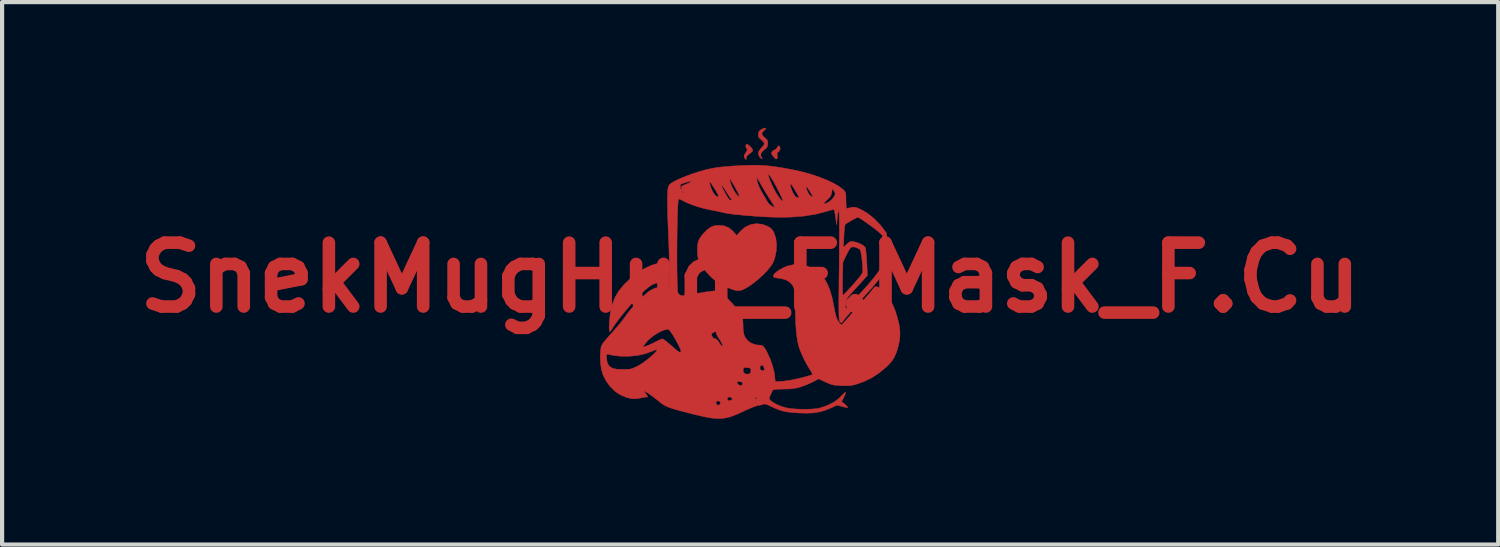
<source format=kicad_pcb>
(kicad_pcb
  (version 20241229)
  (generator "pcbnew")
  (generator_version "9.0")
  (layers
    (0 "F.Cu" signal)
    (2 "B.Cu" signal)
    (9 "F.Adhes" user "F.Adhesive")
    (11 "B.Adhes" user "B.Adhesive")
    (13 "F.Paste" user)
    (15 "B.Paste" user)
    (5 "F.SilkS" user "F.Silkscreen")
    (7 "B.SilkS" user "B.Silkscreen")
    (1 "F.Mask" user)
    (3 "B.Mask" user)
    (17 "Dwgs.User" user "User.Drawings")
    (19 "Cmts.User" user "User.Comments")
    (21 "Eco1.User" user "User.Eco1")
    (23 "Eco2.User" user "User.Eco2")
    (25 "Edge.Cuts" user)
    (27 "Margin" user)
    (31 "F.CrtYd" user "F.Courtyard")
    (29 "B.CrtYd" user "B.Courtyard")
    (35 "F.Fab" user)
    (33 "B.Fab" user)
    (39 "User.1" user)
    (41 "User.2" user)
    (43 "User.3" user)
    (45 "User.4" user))
  (footprint "SnekMugHug_F.Mask_F.Cu"
    (layer "F.Cu")
    (at 14.848 3.574)
    (property "Reference" "SnekMugHug_F.Mask_F.Cu" (at 0 0 0) (layer "F.Cu") (effects (font (size 1.524 1.524) (thickness 0.3))))
    (attr through_hole)
    (fp_poly (pts (xy 0.693 -3.142) (xy 0.712 -3.106) (xy 0.716 -3.085) (xy 0.707 -3.032) (xy 0.678 -3.006) (xy 0.648 -2.981) (xy 0.642 -2.942) (xy 0.647 -2.912) (xy 0.65 -2.853) (xy 0.633 -2.83) (xy 0.597 -2.845) (xy 0.564 -2.875) (xy 0.518 -2.939) (xy 0.512 -2.99) (xy 0.546 -3.029) (xy 0.573 -3.042) (xy 0.622 -3.072) (xy 0.65 -3.11) (xy 0.65 -3.111) (xy 0.669 -3.144) (xy 0.693 -3.142)) (stroke (width 0.01) (type solid)) (fill yes) (layer "F.Cu"))
    (fp_poly (pts (xy -0.061 -3.178) (xy -0.022 -3.149) (xy 0.019 -3.109) (xy 0.052 -3.067) (xy 0.064 -3.038) (xy 0.047 -3.007) (xy 0.014 -2.978) (xy -0.058 -2.923) (xy -0.095 -2.875) (xy -0.097 -2.844) (xy -0.091 -2.818) (xy -0.107 -2.825) (xy -0.123 -2.841) (xy -0.146 -2.881) (xy -0.137 -2.929) (xy -0.102 -2.986) (xy -0.073 -3.033) (xy -0.072 -3.063) (xy -0.081 -3.074) (xy -0.102 -3.115) (xy -0.103 -3.16) (xy -0.086 -3.184) (xy -0.061 -3.178)) (stroke (width 0.01) (type solid)) (fill yes) (layer "F.Cu"))
    (fp_poly (pts (xy -1.986 -0.191) (xy -1.983 -0.1) (xy -1.982 -0.017) (xy -1.98 0.042) (xy -1.98 0.048) (xy -1.979 0.116) (xy -2.117 0.117) (xy -2.199 0.123) (xy -2.274 0.14) (xy -2.348 0.175) (xy -2.429 0.23) (xy -2.523 0.309) (xy -2.626 0.406) (xy -2.721 0.504) (xy -2.827 0.62) (xy -2.937 0.747) (xy -3.044 0.877) (xy -3.141 1) (xy -3.22 1.109) (xy -3.267 1.179) (xy -3.305 1.238) (xy -3.337 1.278) (xy -3.353 1.291) (xy -3.36 1.271) (xy -3.363 1.216) (xy -3.362 1.134) (xy -3.359 1.064) (xy -3.336 0.839) (xy -3.293 0.646) (xy -3.226 0.475) (xy -3.134 0.319) (xy -3.012 0.17) (xy -3.011 0.168) (xy -2.854 0.017) (xy -2.687 -0.114) (xy -2.515 -0.221) (xy -2.345 -0.299) (xy -2.182 -0.347) (xy -2.055 -0.36) (xy -1.99 -0.36) (xy -1.986 -0.191)) (stroke (width 0.01) (type solid)) (fill yes) (layer "F.Cu"))
    (fp_poly (pts (xy 0.375 -3.552) (xy 0.345 -3.519) (xy 0.333 -3.51) (xy 0.288 -3.465) (xy 0.281 -3.42) (xy 0.313 -3.37) (xy 0.35 -3.337) (xy 0.398 -3.295) (xy 0.418 -3.256) (xy 0.42 -3.202) (xy 0.419 -3.189) (xy 0.409 -3.128) (xy 0.383 -3.087) (xy 0.333 -3.05) (xy 0.276 -2.997) (xy 0.252 -2.937) (xy 0.264 -2.881) (xy 0.279 -2.862) (xy 0.293 -2.84) (xy 0.281 -2.836) (xy 0.252 -2.852) (xy 0.223 -2.883) (xy 0.194 -2.947) (xy 0.202 -3.009) (xy 0.249 -3.075) (xy 0.265 -3.09) (xy 0.308 -3.14) (xy 0.335 -3.183) (xy 0.339 -3.198) (xy 0.323 -3.232) (xy 0.283 -3.275) (xy 0.263 -3.291) (xy 0.216 -3.333) (xy 0.196 -3.371) (xy 0.195 -3.423) (xy 0.195 -3.425) (xy 0.206 -3.479) (xy 0.236 -3.516) (xy 0.28 -3.543) (xy 0.338 -3.567) (xy 0.371 -3.569) (xy 0.375 -3.552)) (stroke (width 0.01) (type solid)) (fill yes) (layer "F.Cu"))
    (fp_poly (pts (xy 0.292 -1.272) (xy 0.416 -1.226) (xy 0.492 -1.178) (xy 0.544 -1.118) (xy 0.568 -1.074) (xy 0.612 -0.946) (xy 0.63 -0.796) (xy 0.622 -0.635) (xy 0.59 -0.475) (xy 0.551 -0.368) (xy 0.502 -0.285) (xy 0.424 -0.187) (xy 0.324 -0.082) (xy 0.211 0.023) (xy 0.091 0.121) (xy -0.027 0.206) (xy -0.131 0.267) (xy -0.202 0.298) (xy -0.264 0.312) (xy -0.33 0.309) (xy -0.411 0.287) (xy -0.517 0.246) (xy -0.529 0.241) (xy -0.624 0.197) (xy -0.718 0.148) (xy -0.793 0.103) (xy -0.808 0.092) (xy -0.929 -0.011) (xy -1.045 -0.135) (xy -1.143 -0.266) (xy -1.191 -0.347) (xy -1.225 -0.418) (xy -1.245 -0.479) (xy -1.255 -0.546) (xy -1.258 -0.636) (xy -1.258 -0.656) (xy -1.255 -0.77) (xy -1.239 -0.857) (xy -1.207 -0.932) (xy -1.151 -1.01) (xy -1.116 -1.051) (xy -1.023 -1.147) (xy -0.936 -1.208) (xy -0.847 -1.24) (xy -0.758 -1.249) (xy -0.624 -1.236) (xy -0.515 -1.194) (xy -0.421 -1.119) (xy -0.399 -1.095) (xy -0.321 -1.006) (xy -0.236 -1.103) (xy -0.122 -1.203) (xy 0.008 -1.265) (xy 0.148 -1.288) (xy 0.292 -1.272)) (stroke (width 0.01) (type solid)) (fill yes) (layer "F.Cu"))
    (fp_poly (pts (xy 0.222 -2.681) (xy 0.363 -2.673) (xy 0.509 -2.658) (xy 0.668 -2.636) (xy 0.851 -2.605) (xy 1.035 -2.57) (xy 1.239 -2.525) (xy 1.442 -2.469) (xy 1.637 -2.404) (xy 1.818 -2.333) (xy 1.978 -2.259) (xy 2.11 -2.184) (xy 2.208 -2.111) (xy 2.214 -2.106) (xy 2.248 -2.072) (xy 2.269 -2.043) (xy 2.28 -2.006) (xy 2.285 -1.951) (xy 2.286 -1.867) (xy 2.286 -1.844) (xy 2.288 -1.76) (xy 2.292 -1.694) (xy 2.298 -1.657) (xy 2.302 -1.652) (xy 2.331 -1.656) (xy 2.384 -1.667) (xy 2.408 -1.673) (xy 2.458 -1.682) (xy 2.502 -1.68) (xy 2.553 -1.666) (xy 2.624 -1.635) (xy 2.652 -1.622) (xy 2.803 -1.533) (xy 2.953 -1.413) (xy 3.094 -1.269) (xy 3.16 -1.186) (xy 3.255 -1.061) (xy 3.27 -0.806) (xy 3.275 -0.685) (xy 3.276 -0.56) (xy 3.274 -0.446) (xy 3.27 -0.382) (xy 3.263 -0.305) (xy 3.252 -0.248) (xy 3.234 -0.198) (xy 3.203 -0.143) (xy 3.155 -0.072) (xy 3.122 -0.025) (xy 3.052 0.066) (xy 2.964 0.174) (xy 2.87 0.283) (xy 2.79 0.372) (xy 2.706 0.462) (xy 2.624 0.553) (xy 2.552 0.635) (xy 2.5 0.697) (xy 2.498 0.699) (xy 2.434 0.777) (xy 2.365 0.858) (xy 2.319 0.911) (xy 2.268 0.97) (xy 2.228 1.022) (xy 2.21 1.049) (xy 2.188 1.077) (xy 2.163 1.07) (xy 2.148 1.058) (xy 2.14 1.05) (xy 2.134 1.038) (xy 2.128 1.017) (xy 2.124 0.987) (xy 2.121 0.942) (xy 2.118 0.88) (xy 2.117 0.798) (xy 2.116 0.692) (xy 2.116 0.56) (xy 2.117 0.398) (xy 2.119 0.203) (xy 2.119 0.172) (xy 2.203 0.172) (xy 2.204 0.286) (xy 2.207 0.368) (xy 2.212 0.412) (xy 2.217 0.42) (xy 2.238 0.403) (xy 2.28 0.359) (xy 2.341 0.294) (xy 2.413 0.214) (xy 2.463 0.159) (xy 2.551 0.057) (xy 2.614 -0.019) (xy 2.655 -0.075) (xy 2.678 -0.117) (xy 2.687 -0.15) (xy 2.687 -0.159) (xy 2.684 -0.248) (xy 2.676 -0.348) (xy 2.666 -0.449) (xy 2.653 -0.542) (xy 2.64 -0.615) (xy 2.628 -0.66) (xy 2.624 -0.667) (xy 2.588 -0.693) (xy 2.531 -0.718) (xy 2.517 -0.723) (xy 2.466 -0.734) (xy 2.427 -0.731) (xy 2.392 -0.707) (xy 2.356 -0.656) (xy 2.313 -0.574) (xy 2.291 -0.532) (xy 2.213 -0.37) (xy 2.205 0.029) (xy 2.203 0.172) (xy 2.119 0.172) (xy 2.121 -0.027) (xy 2.124 -0.291) (xy 2.127 -0.594) (xy 2.127 -0.72) (xy 2.225 -0.72) (xy 2.303 -0.796) (xy 2.356 -0.842) (xy 2.397 -0.862) (xy 2.445 -0.863) (xy 2.455 -0.861) (xy 2.541 -0.841) (xy 2.625 -0.809) (xy 2.696 -0.769) (xy 2.741 -0.729) (xy 2.749 -0.715) (xy 2.757 -0.677) (xy 2.765 -0.606) (xy 2.773 -0.511) (xy 2.78 -0.4) (xy 2.783 -0.36) (xy 2.798 -0.053) (xy 2.675 0.085) (xy 2.598 0.17) (xy 2.51 0.267) (xy 2.429 0.355) (xy 2.422 0.362) (xy 2.358 0.434) (xy 2.317 0.488) (xy 2.295 0.535) (xy 2.283 0.586) (xy 2.28 0.606) (xy 2.276 0.67) (xy 2.278 0.717) (xy 2.281 0.729) (xy 2.299 0.724) (xy 2.336 0.692) (xy 2.384 0.641) (xy 2.39 0.634) (xy 2.443 0.574) (xy 2.515 0.493) (xy 2.599 0.403) (xy 2.683 0.313) (xy 2.688 0.307) (xy 2.779 0.209) (xy 2.872 0.1) (xy 2.959 -0.005) (xy 3.022 -0.088) (xy 3.154 -0.271) (xy 3.154 -1.008) (xy 3.085 -1.073) (xy 3.036 -1.116) (xy 2.968 -1.17) (xy 2.887 -1.23) (xy 2.802 -1.292) (xy 2.721 -1.349) (xy 2.65 -1.396) (xy 2.598 -1.428) (xy 2.572 -1.439) (xy 2.543 -1.429) (xy 2.489 -1.403) (xy 2.421 -1.366) (xy 2.349 -1.324) (xy 2.286 -1.285) (xy 2.272 -1.276) (xy 2.261 -1.247) (xy 2.251 -1.182) (xy 2.242 -1.084) (xy 2.237 -0.99) (xy 2.225 -0.72) (xy 2.127 -0.72) (xy 2.128 -0.856) (xy 2.129 -1.078) (xy 2.128 -1.259) (xy 2.126 -1.402) (xy 2.123 -1.507) (xy 2.119 -1.575) (xy 2.113 -1.606) (xy 2.106 -1.603) (xy 2.098 -1.565) (xy 2.088 -1.493) (xy 2.081 -1.434) (xy 2.063 -1.259) (xy 2.039 -1.435) (xy 2.027 -1.517) (xy 2.015 -1.582) (xy 2.005 -1.619) (xy 2.003 -1.624) (xy 1.979 -1.623) (xy 1.925 -1.611) (xy 1.851 -1.59) (xy 1.826 -1.582) (xy 1.573 -1.515) (xy 1.288 -1.469) (xy 0.97 -1.444) (xy 0.73 -1.439) (xy 0.596 -1.442) (xy 0.44 -1.447) (xy 0.27 -1.456) (xy 0.095 -1.468) (xy -0.078 -1.481) (xy -0.241 -1.496) (xy -0.387 -1.511) (xy -0.507 -1.527) (xy -0.593 -1.542) (xy -0.603 -1.544) (xy -0.71 -1.568) (xy -0.834 -1.594) (xy -0.949 -1.616) (xy -0.958 -1.618) (xy -1.098 -1.649) (xy -1.247 -1.691) (xy -1.391 -1.74) (xy -1.517 -1.791) (xy -1.605 -1.835) (xy -1.659 -1.863) (xy -1.698 -1.877) (xy -1.707 -1.877) (xy -1.715 -1.849) (xy -1.721 -1.784) (xy -1.727 -1.686) (xy -1.732 -1.561) (xy -1.736 -1.413) (xy -1.74 -1.247) (xy -1.743 -1.067) (xy -1.745 -0.88) (xy -1.746 -0.69) (xy -1.747 -0.501) (xy -1.746 -0.318) (xy -1.745 -0.147) (xy -1.742 0.007) (xy -1.739 0.141) (xy -1.734 0.248) (xy -1.729 0.325) (xy -1.723 0.363) (xy -1.69 0.408) (xy -1.624 0.431) (xy -1.528 0.43) (xy -1.445 0.415) (xy -1.327 0.39) (xy -1.2 0.365) (xy -1.076 0.344) (xy -0.964 0.328) (xy -0.877 0.319) (xy -0.841 0.318) (xy -0.772 0.329) (xy -0.695 0.367) (xy -0.657 0.393) (xy -0.6 0.44) (xy -0.529 0.509) (xy -0.45 0.592) (xy -0.371 0.68) (xy -0.298 0.767) (xy -0.239 0.843) (xy -0.2 0.902) (xy -0.19 0.922) (xy -0.18 0.968) (xy -0.173 1.043) (xy -0.169 1.131) (xy -0.169 1.15) (xy -0.166 1.252) (xy -0.156 1.327) (xy -0.135 1.39) (xy -0.122 1.419) (xy -0.055 1.507) (xy 0.04 1.571) (xy 0.152 1.605) (xy 0.202 1.609) (xy 0.258 1.613) (xy 0.301 1.631) (xy 0.339 1.669) (xy 0.38 1.734) (xy 0.413 1.799) (xy 0.483 1.956) (xy 0.539 2.119) (xy 0.576 2.272) (xy 0.586 2.347) (xy 0.599 2.482) (xy 0.792 2.47) (xy 0.897 2.457) (xy 1.029 2.434) (xy 1.172 2.403) (xy 1.315 2.367) (xy 1.441 2.33) (xy 1.477 2.317) (xy 1.484 2.299) (xy 1.465 2.254) (xy 1.422 2.186) (xy 1.346 2.061) (xy 1.272 1.917) (xy 1.207 1.771) (xy 1.159 1.64) (xy 1.156 1.629) (xy 1.126 1.489) (xy 1.102 1.31) (xy 1.087 1.093) (xy 1.079 0.841) (xy 1.079 0.762) (xy 1.077 0.595) (xy 1.073 0.465) (xy 1.066 0.365) (xy 1.054 0.289) (xy 1.037 0.232) (xy 1.013 0.186) (xy 0.982 0.147) (xy 0.972 0.136) (xy 0.914 0.086) (xy 0.845 0.051) (xy 0.755 0.026) (xy 0.65 0.01) (xy 0.588 -0.000215) (xy 0.56 -0.014) (xy 0.553 -0.038) (xy 0.554 -0.049) (xy 0.578 -0.091) (xy 0.634 -0.141) (xy 0.713 -0.194) (xy 0.807 -0.244) (xy 0.879 -0.274) (xy 1.039 -0.312) (xy 1.205 -0.311) (xy 1.37 -0.272) (xy 1.527 -0.198) (xy 1.597 -0.149) (xy 1.697 -0.06) (xy 1.781 0.043) (xy 1.85 0.165) (xy 1.908 0.312) (xy 1.958 0.489) (xy 2 0.699) (xy 2.019 0.795) (xy 2.04 0.885) (xy 2.059 0.953) (xy 2.067 0.973) (xy 2.101 1.04) (xy 2.14 1.093) (xy 2.174 1.12) (xy 2.182 1.122) (xy 2.202 1.107) (xy 2.242 1.065) (xy 2.297 1.004) (xy 2.353 0.938) (xy 2.431 0.847) (xy 2.525 0.739) (xy 2.622 0.628) (xy 2.703 0.538) (xy 2.777 0.453) (xy 2.844 0.376) (xy 2.897 0.312) (xy 2.929 0.271) (xy 2.932 0.266) (xy 2.97 0.225) (xy 3.011 0.213) (xy 3.062 0.231) (xy 3.127 0.283) (xy 3.2 0.357) (xy 3.285 0.456) (xy 3.353 0.554) (xy 3.409 0.662) (xy 3.461 0.79) (xy 3.512 0.95) (xy 3.512 0.951) (xy 3.558 1.139) (xy 3.576 1.31) (xy 3.567 1.476) (xy 3.534 1.639) (xy 3.487 1.791) (xy 3.432 1.913) (xy 3.363 2.015) (xy 3.273 2.111) (xy 3.266 2.117) (xy 3.082 2.271) (xy 2.899 2.391) (xy 2.707 2.483) (xy 2.543 2.54) (xy 2.46 2.563) (xy 2.384 2.576) (xy 2.301 2.58) (xy 2.193 2.578) (xy 2.174 2.577) (xy 2.068 2.571) (xy 1.99 2.561) (xy 1.924 2.545) (xy 1.854 2.517) (xy 1.797 2.491) (xy 1.635 2.414) (xy 1.521 2.476) (xy 1.444 2.513) (xy 1.346 2.555) (xy 1.247 2.592) (xy 1.238 2.595) (xy 1.156 2.622) (xy 1.082 2.639) (xy 1.003 2.65) (xy 0.905 2.656) (xy 0.805 2.658) (xy 0.688 2.661) (xy 0.607 2.667) (xy 0.559 2.675) (xy 0.536 2.686) (xy 0.533 2.691) (xy 0.519 2.727) (xy 0.493 2.782) (xy 0.484 2.802) (xy 0.459 2.854) (xy 0.454 2.886) (xy 0.468 2.911) (xy 0.481 2.926) (xy 0.54 2.974) (xy 0.63 3.023) (xy 0.738 3.069) (xy 0.85 3.103) (xy 0.945 3.121) (xy 1.068 3.133) (xy 1.206 3.139) (xy 1.348 3.14) (xy 1.481 3.135) (xy 1.592 3.125) (xy 1.651 3.114) (xy 1.835 3.053) (xy 1.995 2.973) (xy 2.124 2.877) (xy 2.165 2.836) (xy 2.215 2.783) (xy 2.255 2.747) (xy 2.276 2.735) (xy 2.277 2.736) (xy 2.275 2.759) (xy 2.257 2.808) (xy 2.236 2.853) (xy 2.182 2.958) (xy 2.261 3.022) (xy 2.304 3.061) (xy 2.326 3.09) (xy 2.327 3.098) (xy 2.302 3.099) (xy 2.249 3.09) (xy 2.194 3.076) (xy 2.074 3.042) (xy 1.928 3.109) (xy 1.788 3.166) (xy 1.65 3.205) (xy 1.504 3.227) (xy 1.338 3.234) (xy 1.185 3.23) (xy 1.02 3.22) (xy 0.885 3.204) (xy 0.769 3.18) (xy 0.661 3.145) (xy 0.548 3.096) (xy 0.511 3.078) (xy 0.43 3.04) (xy 0.375 3.02) (xy 0.338 3.015) (xy 0.306 3.024) (xy 0.304 3.025) (xy 0.24 3.043) (xy 0.195 3.048) (xy 0.157 3.057) (xy 0.088 3.081) (xy -0.001 3.118) (xy -0.104 3.163) (xy -0.148 3.184) (xy -0.289 3.249) (xy -0.412 3.299) (xy -0.524 3.335) (xy -0.631 3.356) (xy -0.74 3.364) (xy -0.859 3.358) (xy -0.994 3.339) (xy -1.153 3.306) (xy -1.342 3.261) (xy -1.431 3.239) (xy -1.606 3.194) (xy -1.747 3.156) (xy -1.857 3.123) (xy -1.945 3.093) (xy -2.014 3.063) (xy -2.072 3.031) (xy -2.124 2.994) (xy -2.161 2.964) (xy -0.815 2.964) (xy -0.814 2.996) (xy -0.793 3.03) (xy -0.763 3.048) (xy -0.762 3.048) (xy -0.737 3.034) (xy -0.72 3.017) (xy -0.706 2.977) (xy -0.727 2.949) (xy -0.762 2.942) (xy -0.802 2.953) (xy -0.815 2.964) (xy -2.161 2.964) (xy -2.177 2.951) (xy -2.18 2.948) (xy -2.248 2.893) (xy -2.272 2.875) (xy -0.546 2.875) (xy -0.543 2.91) (xy -0.515 2.935) (xy -0.473 2.937) (xy -0.438 2.917) (xy -0.428 2.897) (xy -0.435 2.879) (xy 0.116 2.879) (xy 0.117 2.898) (xy 0.125 2.9) (xy 0.154 2.884) (xy 0.159 2.879) (xy 0.158 2.859) (xy 0.151 2.857) (xy 0.121 2.873) (xy 0.116 2.879) (xy -0.435 2.879) (xy -0.44 2.865) (xy -0.47 2.85) (xy -0.521 2.849) (xy -0.546 2.875) (xy -2.272 2.875) (xy -2.333 2.829) (xy -2.413 2.772) (xy -2.48 2.729) (xy -2.516 2.708) (xy -2.526 2.71) (xy -2.514 2.732) (xy -2.469 2.797) (xy -2.446 2.838) (xy -2.446 2.852) (xy -2.451 2.85) (xy -2.481 2.848) (xy -2.539 2.856) (xy -2.612 2.872) (xy -2.613 2.872) (xy -2.727 2.891) (xy -2.835 2.887) (xy -2.949 2.859) (xy -3.079 2.804) (xy -3.107 2.79) (xy -3.226 2.711) (xy -3.339 2.599) (xy -3.408 2.503) (xy -0.315 2.503) (xy -0.291 2.542) (xy -0.283 2.55) (xy -0.239 2.576) (xy -0.201 2.571) (xy -0.181 2.538) (xy -0.18 2.529) (xy -0.191 2.498) (xy -0.231 2.483) (xy -0.249 2.48) (xy -0.301 2.483) (xy -0.315 2.503) (xy -3.408 2.503) (xy -3.437 2.463) (xy -3.511 2.318) (xy -3.543 2.209) (xy -0.169 2.209) (xy -0.153 2.269) (xy -0.107 2.3) (xy -0.053 2.303) (xy -0.008 2.292) (xy 0.012 2.262) (xy 0.017 2.229) (xy 0.017 2.183) (xy -0.001 2.16) (xy -0.005 2.159) (xy 0.234 2.159) (xy 0.246 2.198) (xy 0.259 2.208) (xy 0.312 2.22) (xy 0.337 2.202) (xy 0.339 2.189) (xy 0.328 2.137) (xy 0.301 2.098) (xy 0.269 2.087) (xy 0.264 2.088) (xy 0.24 2.116) (xy 0.234 2.159) (xy -0.005 2.159) (xy -0.05 2.148) (xy -0.119 2.142) (xy -0.157 2.159) (xy -0.169 2.203) (xy -0.169 2.209) (xy -3.543 2.209) (xy -3.548 2.195) (xy -3.57 2.046) (xy -3.577 1.888) (xy -3.428 1.888) (xy -3.428 1.897) (xy -3.42 1.974) (xy -3.402 2.049) (xy -3.401 2.052) (xy -3.357 2.117) (xy -3.276 2.164) (xy -3.161 2.19) (xy -3.013 2.196) (xy -3.004 2.196) (xy -2.916 2.191) (xy -2.846 2.178) (xy -2.775 2.153) (xy -2.687 2.112) (xy -2.676 2.106) (xy -2.602 2.063) (xy -2.52 2.006) (xy -2.435 1.941) (xy -2.356 1.874) (xy -2.289 1.811) (xy -2.242 1.759) (xy -2.223 1.723) (xy -2.223 1.721) (xy -2.24 1.719) (xy -2.285 1.733) (xy -2.344 1.758) (xy -2.508 1.818) (xy -2.697 1.858) (xy -2.898 1.877) (xy -3.1 1.875) (xy -3.29 1.851) (xy -3.381 1.829) (xy -3.412 1.824) (xy -3.425 1.84) (xy -3.428 1.888) (xy -3.577 1.888) (xy -3.577 1.886) (xy -3.568 1.728) (xy -3.567 1.724) (xy -3.556 1.657) (xy -3.556 1.657) (xy -2.565 1.657) (xy -2.505 1.642) (xy -2.458 1.626) (xy -2.388 1.596) (xy -2.306 1.557) (xy -2.282 1.544) (xy -2.205 1.506) (xy -2.142 1.477) (xy -2.102 1.462) (xy -2.095 1.46) (xy -2.07 1.471) (xy -2.025 1.503) (xy -1.955 1.559) (xy -1.859 1.641) (xy -1.771 1.718) (xy -1.709 1.767) (xy -1.67 1.783) (xy -1.653 1.766) (xy -1.652 1.75) (xy -1.663 1.71) (xy -1.691 1.645) (xy -1.732 1.564) (xy -1.781 1.476) (xy -1.831 1.391) (xy -1.879 1.317) (xy -1.897 1.293) (xy -0.935 1.293) (xy -0.923 1.359) (xy -0.911 1.392) (xy -0.885 1.436) (xy -0.861 1.453) (xy -0.857 1.453) (xy -0.817 1.459) (xy -0.772 1.5) (xy -0.733 1.561) (xy -0.704 1.605) (xy -0.676 1.63) (xy -0.658 1.629) (xy -0.656 1.618) (xy -0.667 1.588) (xy -0.692 1.537) (xy -0.726 1.479) (xy -0.759 1.429) (xy -0.764 1.421) (xy -0.796 1.364) (xy -0.817 1.3) (xy -0.831 1.252) (xy -0.847 1.228) (xy -0.849 1.228) (xy -0.866 1.21) (xy -0.868 1.196) (xy -0.884 1.168) (xy -0.898 1.164) (xy -0.921 1.183) (xy -0.934 1.23) (xy -0.935 1.293) (xy -1.897 1.293) (xy -1.918 1.263) (xy -1.944 1.238) (xy -1.945 1.238) (xy -2.001 1.236) (xy -2.078 1.258) (xy -2.17 1.301) (xy -2.266 1.358) (xy -2.359 1.426) (xy -2.44 1.499) (xy -2.487 1.553) (xy -2.565 1.657) (xy -3.556 1.657) (xy -3.535 1.603) (xy -3.499 1.547) (xy -3.443 1.481) (xy -3.379 1.407) (xy -3.299 1.318) (xy -3.219 1.226) (xy -3.188 1.192) (xy -3.114 1.103) (xy -3.038 1.007) (xy -2.973 0.92) (xy -2.952 0.889) (xy -2.884 0.798) (xy -2.794 0.693) (xy -2.692 0.582) (xy -2.585 0.476) (xy -2.484 0.384) (xy -2.397 0.315) (xy -2.384 0.306) (xy -2.266 0.248) (xy -2.145 0.232) (xy -2.02 0.258) (xy -2.003 0.265) (xy -1.926 0.297) (xy -1.926 -0.1) (xy -1.928 -0.254) (xy -1.931 -0.435) (xy -1.935 -0.626) (xy -1.941 -0.812) (xy -1.947 -0.953) (xy -1.959 -1.241) (xy -1.968 -1.488) (xy -1.972 -1.696) (xy -1.974 -1.866) (xy -1.971 -1.999) (xy -1.967 -2.068) (xy -1.626 -2.068) (xy -1.621 -2.056) (xy -1.6 -2.034) (xy -1.588 -2.038) (xy -1.587 -2.041) (xy -1.603 -2.059) (xy -1.612 -2.066) (xy -1.626 -2.068) (xy -1.967 -2.068) (xy -1.965 -2.096) (xy -1.955 -2.159) (xy -1.949 -2.176) (xy -1.939 -2.194) (xy -1.667 -2.194) (xy -1.664 -2.151) (xy -1.653 -2.111) (xy -1.639 -2.095) (xy -1.635 -2.112) (xy -1.64 -2.138) (xy -1.641 -2.172) (xy -1.609 -2.197) (xy -1.594 -2.203) (xy -1.494 -2.244) (xy -1.434 -2.272) (xy -0.97 -2.272) (xy -0.959 -2.224) (xy -0.95 -2.191) (xy -0.921 -2.107) (xy -0.883 -2.033) (xy -0.841 -1.974) (xy -0.801 -1.938) (xy -0.768 -1.931) (xy -0.754 -1.943) (xy -0.761 -1.966) (xy -0.786 -2.017) (xy -0.826 -2.086) (xy -0.859 -2.138) (xy -0.905 -2.21) (xy -0.695 -2.21) (xy -0.681 -2.176) (xy -0.647 -2.11) (xy -0.633 -2.085) (xy -0.589 -2.005) (xy -0.549 -1.936) (xy -0.519 -1.889) (xy -0.512 -1.879) (xy -0.476 -1.847) (xy -0.451 -1.845) (xy -0.445 -1.861) (xy -0.46 -1.89) (xy -0.464 -1.893) (xy -0.484 -1.917) (xy -0.517 -1.966) (xy -0.548 -2.016) (xy -0.594 -2.089) (xy -0.642 -2.158) (xy -0.668 -2.191) (xy -0.69 -2.214) (xy -0.695 -2.21) (xy -0.905 -2.21) (xy -0.914 -2.223) (xy -0.949 -2.272) (xy -0.967 -2.288) (xy -0.97 -2.272) (xy -1.434 -2.272) (xy -1.431 -2.273) (xy -1.403 -2.291) (xy -1.401 -2.297) (xy -1.426 -2.297) (xy -1.476 -2.287) (xy -1.538 -2.269) (xy -1.599 -2.25) (xy -1.645 -2.231) (xy -1.659 -2.222) (xy -1.667 -2.194) (xy -1.939 -2.194) (xy -1.927 -2.215) (xy -1.89 -2.249) (xy -1.831 -2.286) (xy -1.749 -2.328) (xy -1.706 -2.347) (xy -0.489 -2.347) (xy -0.48 -2.304) (xy -0.461 -2.238) (xy -0.459 -2.231) (xy -0.432 -2.163) (xy -0.395 -2.093) (xy -0.355 -2.027) (xy -0.315 -1.975) (xy -0.283 -1.942) (xy -0.262 -1.937) (xy -0.259 -1.943) (xy -0.266 -1.969) (xy -0.29 -2.024) (xy -0.327 -2.097) (xy -0.36 -2.157) (xy -0.406 -2.237) (xy -0.447 -2.304) (xy -0.475 -2.347) (xy -0.486 -2.36) (xy -0.489 -2.347) (xy -1.706 -2.347) (xy -1.651 -2.372) (xy -1.602 -2.392) (xy 0.16 -2.392) (xy 0.16 -2.373) (xy 0.165 -2.326) (xy 0.169 -2.298) (xy 0.187 -2.234) (xy 0.223 -2.148) (xy 0.271 -2.054) (xy 0.286 -2.028) (xy 0.335 -1.944) (xy 0.379 -1.868) (xy 0.412 -1.811) (xy 0.422 -1.794) (xy 0.452 -1.758) (xy 0.497 -1.721) (xy 0.543 -1.691) (xy 0.578 -1.678) (xy 0.587 -1.68) (xy 0.578 -1.699) (xy 0.551 -1.745) (xy 0.538 -1.766) (xy 1.757 -1.766) (xy 1.772 -1.76) (xy 1.821 -1.778) (xy 1.873 -1.805) (xy 1.937 -1.853) (xy 1.989 -1.913) (xy 1.999 -1.929) (xy 2.024 -1.98) (xy 2.029 -2.012) (xy 2.013 -2.046) (xy 2 -2.067) (xy 1.959 -2.127) (xy 1.946 -2.033) (xy 1.933 -1.974) (xy 1.906 -1.926) (xy 1.857 -1.874) (xy 1.829 -1.849) (xy 1.775 -1.796) (xy 1.757 -1.766) (xy 0.538 -1.766) (xy 0.51 -1.811) (xy 0.481 -1.855) (xy 0.417 -1.956) (xy 0.346 -2.072) (xy 0.281 -2.183) (xy 0.267 -2.208) (xy 0.223 -2.285) (xy 0.188 -2.347) (xy 0.165 -2.384) (xy 0.16 -2.392) (xy -1.602 -2.392) (xy -1.531 -2.421) (xy -1.41 -2.466) (xy -1.398 -2.47) (xy 0.431 -2.47) (xy 0.432 -2.444) (xy 0.448 -2.389) (xy 0.477 -2.312) (xy 0.516 -2.222) (xy 0.561 -2.128) (xy 0.562 -2.125) (xy 0.611 -2.035) (xy 0.663 -1.952) (xy 0.713 -1.883) (xy 0.755 -1.837) (xy 0.783 -1.82) (xy 0.781 -1.838) (xy 0.763 -1.886) (xy 0.732 -1.956) (xy 0.693 -2.037) (xy 0.64 -2.142) (xy 0.6 -2.216) (xy 0.956 -2.216) (xy 0.964 -2.175) (xy 0.981 -2.121) (xy 1.005 -2.06) (xy 1.035 -2.002) (xy 1.066 -1.953) (xy 1.075 -1.942) (xy 1.108 -1.917) (xy 1.142 -1.904) (xy 1.163 -1.909) (xy 1.164 -1.914) (xy 1.154 -1.939) (xy 1.127 -1.989) (xy 1.091 -2.052) (xy 1.051 -2.118) (xy 1.036 -2.144) (xy 1.337 -2.144) (xy 1.352 -2.094) (xy 1.377 -2.037) (xy 1.407 -1.987) (xy 1.424 -1.967) (xy 1.468 -1.933) (xy 1.49 -1.93) (xy 1.486 -1.955) (xy 1.471 -1.983) (xy 1.434 -2.041) (xy 1.394 -2.106) (xy 1.392 -2.11) (xy 1.363 -2.153) (xy 1.343 -2.172) (xy 1.339 -2.172) (xy 1.337 -2.144) (xy 1.036 -2.144) (xy 1.015 -2.176) (xy 0.988 -2.215) (xy 0.982 -2.222) (xy 0.962 -2.234) (xy 0.956 -2.216) (xy 0.6 -2.216) (xy 0.586 -2.242) (xy 0.534 -2.331) (xy 0.489 -2.403) (xy 0.454 -2.452) (xy 0.433 -2.471) (xy 0.431 -2.47) (xy -1.398 -2.47) (xy -1.355 -2.485) (xy -1.201 -2.534) (xy -1.062 -2.573) (xy -0.929 -2.603) (xy -0.792 -2.627) (xy -0.641 -2.645) (xy -0.467 -2.659) (xy -0.271 -2.671) (xy -0.085 -2.679) (xy 0.076 -2.683) (xy 0.222 -2.681)) (stroke (width 0.01) (type solid)) (fill yes) (layer "F.Cu"))
    (fp_poly (pts (xy 0.693 -3.142) (xy 0.712 -3.106) (xy 0.716 -3.085) (xy 0.707 -3.032) (xy 0.678 -3.006) (xy 0.648 -2.981) (xy 0.642 -2.942) (xy 0.647 -2.912) (xy 0.65 -2.853) (xy 0.633 -2.83) (xy 0.597 -2.845) (xy 0.564 -2.875) (xy 0.518 -2.939) (xy 0.512 -2.99) (xy 0.546 -3.029) (xy 0.573 -3.042) (xy 0.622 -3.072) (xy 0.65 -3.11) (xy 0.65 -3.111) (xy 0.669 -3.144) (xy 0.693 -3.142)) (stroke (width 0.01) (type solid)) (fill yes) (layer "F.Mask"))
    (fp_poly (pts (xy -0.061 -3.178) (xy -0.022 -3.149) (xy 0.019 -3.109) (xy 0.052 -3.067) (xy 0.064 -3.038) (xy 0.047 -3.007) (xy 0.014 -2.978) (xy -0.058 -2.923) (xy -0.095 -2.875) (xy -0.097 -2.844) (xy -0.091 -2.818) (xy -0.107 -2.825) (xy -0.123 -2.841) (xy -0.146 -2.881) (xy -0.137 -2.929) (xy -0.102 -2.986) (xy -0.073 -3.033) (xy -0.072 -3.063) (xy -0.081 -3.074) (xy -0.102 -3.115) (xy -0.103 -3.16) (xy -0.086 -3.184) (xy -0.061 -3.178)) (stroke (width 0.01) (type solid)) (fill yes) (layer "F.Mask"))
    (fp_poly (pts (xy -1.986 -0.191) (xy -1.983 -0.1) (xy -1.982 -0.017) (xy -1.98 0.042) (xy -1.98 0.048) (xy -1.979 0.116) (xy -2.117 0.117) (xy -2.199 0.123) (xy -2.274 0.14) (xy -2.348 0.175) (xy -2.429 0.23) (xy -2.523 0.309) (xy -2.626 0.406) (xy -2.721 0.504) (xy -2.827 0.62) (xy -2.937 0.747) (xy -3.044 0.877) (xy -3.141 1) (xy -3.22 1.109) (xy -3.267 1.179) (xy -3.305 1.238) (xy -3.337 1.278) (xy -3.353 1.291) (xy -3.36 1.271) (xy -3.363 1.216) (xy -3.362 1.134) (xy -3.359 1.064) (xy -3.336 0.839) (xy -3.293 0.646) (xy -3.226 0.475) (xy -3.134 0.319) (xy -3.012 0.17) (xy -3.011 0.168) (xy -2.854 0.017) (xy -2.687 -0.114) (xy -2.515 -0.221) (xy -2.345 -0.299) (xy -2.182 -0.347) (xy -2.055 -0.36) (xy -1.99 -0.36) (xy -1.986 -0.191)) (stroke (width 0.01) (type solid)) (fill yes) (layer "F.Mask"))
    (fp_poly (pts (xy 0.375 -3.552) (xy 0.345 -3.519) (xy 0.333 -3.51) (xy 0.288 -3.465) (xy 0.281 -3.42) (xy 0.313 -3.37) (xy 0.35 -3.337) (xy 0.398 -3.295) (xy 0.418 -3.256) (xy 0.42 -3.202) (xy 0.419 -3.189) (xy 0.409 -3.128) (xy 0.383 -3.087) (xy 0.333 -3.05) (xy 0.276 -2.997) (xy 0.252 -2.937) (xy 0.264 -2.881) (xy 0.279 -2.862) (xy 0.293 -2.84) (xy 0.281 -2.836) (xy 0.252 -2.852) (xy 0.223 -2.883) (xy 0.194 -2.947) (xy 0.202 -3.009) (xy 0.249 -3.075) (xy 0.265 -3.09) (xy 0.308 -3.14) (xy 0.335 -3.183) (xy 0.339 -3.198) (xy 0.323 -3.232) (xy 0.283 -3.275) (xy 0.263 -3.291) (xy 0.216 -3.333) (xy 0.196 -3.371) (xy 0.195 -3.423) (xy 0.195 -3.425) (xy 0.206 -3.479) (xy 0.236 -3.516) (xy 0.28 -3.543) (xy 0.338 -3.567) (xy 0.371 -3.569) (xy 0.375 -3.552)) (stroke (width 0.01) (type solid)) (fill yes) (layer "F.Mask"))
    (fp_poly (pts (xy 0.292 -1.272) (xy 0.416 -1.226) (xy 0.492 -1.178) (xy 0.544 -1.118) (xy 0.568 -1.074) (xy 0.612 -0.946) (xy 0.63 -0.796) (xy 0.622 -0.635) (xy 0.59 -0.475) (xy 0.551 -0.368) (xy 0.502 -0.285) (xy 0.424 -0.187) (xy 0.324 -0.082) (xy 0.211 0.023) (xy 0.091 0.121) (xy -0.027 0.206) (xy -0.131 0.267) (xy -0.202 0.298) (xy -0.264 0.312) (xy -0.33 0.309) (xy -0.411 0.287) (xy -0.517 0.246) (xy -0.529 0.241) (xy -0.624 0.197) (xy -0.718 0.148) (xy -0.793 0.103) (xy -0.808 0.092) (xy -0.929 -0.011) (xy -1.045 -0.135) (xy -1.143 -0.266) (xy -1.191 -0.347) (xy -1.225 -0.418) (xy -1.245 -0.479) (xy -1.255 -0.546) (xy -1.258 -0.636) (xy -1.258 -0.656) (xy -1.255 -0.77) (xy -1.239 -0.857) (xy -1.207 -0.932) (xy -1.151 -1.01) (xy -1.116 -1.051) (xy -1.023 -1.147) (xy -0.936 -1.208) (xy -0.847 -1.24) (xy -0.758 -1.249) (xy -0.624 -1.236) (xy -0.515 -1.194) (xy -0.421 -1.119) (xy -0.399 -1.095) (xy -0.321 -1.006) (xy -0.236 -1.103) (xy -0.122 -1.203) (xy 0.008 -1.265) (xy 0.148 -1.288) (xy 0.292 -1.272)) (stroke (width 0.01) (type solid)) (fill yes) (layer "F.Mask"))
    (fp_poly (pts (xy 0.222 -2.681) (xy 0.363 -2.673) (xy 0.509 -2.658) (xy 0.668 -2.636) (xy 0.851 -2.605) (xy 1.035 -2.57) (xy 1.239 -2.525) (xy 1.442 -2.469) (xy 1.637 -2.404) (xy 1.818 -2.333) (xy 1.978 -2.259) (xy 2.11 -2.184) (xy 2.208 -2.111) (xy 2.214 -2.106) (xy 2.248 -2.072) (xy 2.269 -2.043) (xy 2.28 -2.006) (xy 2.285 -1.951) (xy 2.286 -1.867) (xy 2.286 -1.844) (xy 2.288 -1.76) (xy 2.292 -1.694) (xy 2.298 -1.657) (xy 2.302 -1.652) (xy 2.331 -1.656) (xy 2.384 -1.667) (xy 2.408 -1.673) (xy 2.458 -1.682) (xy 2.502 -1.68) (xy 2.553 -1.666) (xy 2.624 -1.635) (xy 2.652 -1.622) (xy 2.803 -1.533) (xy 2.953 -1.413) (xy 3.094 -1.269) (xy 3.16 -1.186) (xy 3.255 -1.061) (xy 3.27 -0.806) (xy 3.275 -0.685) (xy 3.276 -0.56) (xy 3.274 -0.446) (xy 3.27 -0.382) (xy 3.263 -0.305) (xy 3.252 -0.248) (xy 3.234 -0.198) (xy 3.203 -0.143) (xy 3.155 -0.072) (xy 3.122 -0.025) (xy 3.052 0.066) (xy 2.964 0.174) (xy 2.87 0.283) (xy 2.79 0.372) (xy 2.706 0.462) (xy 2.624 0.553) (xy 2.552 0.635) (xy 2.5 0.697) (xy 2.498 0.699) (xy 2.434 0.777) (xy 2.365 0.858) (xy 2.319 0.911) (xy 2.268 0.97) (xy 2.228 1.022) (xy 2.21 1.049) (xy 2.188 1.077) (xy 2.163 1.07) (xy 2.148 1.058) (xy 2.14 1.05) (xy 2.134 1.038) (xy 2.128 1.017) (xy 2.124 0.987) (xy 2.121 0.942) (xy 2.118 0.88) (xy 2.117 0.798) (xy 2.116 0.692) (xy 2.116 0.56) (xy 2.117 0.398) (xy 2.119 0.203) (xy 2.119 0.172) (xy 2.203 0.172) (xy 2.204 0.286) (xy 2.207 0.368) (xy 2.212 0.412) (xy 2.217 0.42) (xy 2.238 0.403) (xy 2.28 0.359) (xy 2.341 0.294) (xy 2.413 0.214) (xy 2.463 0.159) (xy 2.551 0.057) (xy 2.614 -0.019) (xy 2.655 -0.075) (xy 2.678 -0.117) (xy 2.687 -0.15) (xy 2.687 -0.159) (xy 2.684 -0.248) (xy 2.676 -0.348) (xy 2.666 -0.449) (xy 2.653 -0.542) (xy 2.64 -0.615) (xy 2.628 -0.66) (xy 2.624 -0.667) (xy 2.588 -0.693) (xy 2.531 -0.718) (xy 2.517 -0.723) (xy 2.466 -0.734) (xy 2.427 -0.731) (xy 2.392 -0.707) (xy 2.356 -0.656) (xy 2.313 -0.574) (xy 2.291 -0.532) (xy 2.213 -0.37) (xy 2.205 0.029) (xy 2.203 0.172) (xy 2.119 0.172) (xy 2.121 -0.027) (xy 2.124 -0.291) (xy 2.127 -0.594) (xy 2.127 -0.72) (xy 2.225 -0.72) (xy 2.303 -0.796) (xy 2.356 -0.842) (xy 2.397 -0.862) (xy 2.445 -0.863) (xy 2.455 -0.861) (xy 2.541 -0.841) (xy 2.625 -0.809) (xy 2.696 -0.769) (xy 2.741 -0.729) (xy 2.749 -0.715) (xy 2.757 -0.677) (xy 2.765 -0.606) (xy 2.773 -0.511) (xy 2.78 -0.4) (xy 2.783 -0.36) (xy 2.798 -0.053) (xy 2.675 0.085) (xy 2.598 0.17) (xy 2.51 0.267) (xy 2.429 0.355) (xy 2.422 0.362) (xy 2.358 0.434) (xy 2.317 0.488) (xy 2.295 0.535) (xy 2.283 0.586) (xy 2.28 0.606) (xy 2.276 0.67) (xy 2.278 0.717) (xy 2.281 0.729) (xy 2.299 0.724) (xy 2.336 0.692) (xy 2.384 0.641) (xy 2.39 0.634) (xy 2.443 0.574) (xy 2.515 0.493) (xy 2.599 0.403) (xy 2.683 0.313) (xy 2.688 0.307) (xy 2.779 0.209) (xy 2.872 0.1) (xy 2.959 -0.005) (xy 3.022 -0.088) (xy 3.154 -0.271) (xy 3.154 -1.008) (xy 3.085 -1.073) (xy 3.036 -1.116) (xy 2.968 -1.17) (xy 2.887 -1.23) (xy 2.802 -1.292) (xy 2.721 -1.349) (xy 2.65 -1.396) (xy 2.598 -1.428) (xy 2.572 -1.439) (xy 2.543 -1.429) (xy 2.489 -1.403) (xy 2.421 -1.366) (xy 2.349 -1.324) (xy 2.286 -1.285) (xy 2.272 -1.276) (xy 2.261 -1.247) (xy 2.251 -1.182) (xy 2.242 -1.084) (xy 2.237 -0.99) (xy 2.225 -0.72) (xy 2.127 -0.72) (xy 2.128 -0.856) (xy 2.129 -1.078) (xy 2.128 -1.259) (xy 2.126 -1.402) (xy 2.123 -1.507) (xy 2.119 -1.575) (xy 2.113 -1.606) (xy 2.106 -1.603) (xy 2.098 -1.565) (xy 2.088 -1.493) (xy 2.081 -1.434) (xy 2.063 -1.259) (xy 2.039 -1.435) (xy 2.027 -1.517) (xy 2.015 -1.582) (xy 2.005 -1.619) (xy 2.003 -1.624) (xy 1.979 -1.623) (xy 1.925 -1.611) (xy 1.851 -1.59) (xy 1.826 -1.582) (xy 1.573 -1.515) (xy 1.288 -1.469) (xy 0.97 -1.444) (xy 0.73 -1.439) (xy 0.596 -1.442) (xy 0.44 -1.447) (xy 0.27 -1.456) (xy 0.095 -1.468) (xy -0.078 -1.481) (xy -0.241 -1.496) (xy -0.387 -1.511) (xy -0.507 -1.527) (xy -0.593 -1.542) (xy -0.603 -1.544) (xy -0.71 -1.568) (xy -0.834 -1.594) (xy -0.949 -1.616) (xy -0.958 -1.618) (xy -1.098 -1.649) (xy -1.247 -1.691) (xy -1.391 -1.74) (xy -1.517 -1.791) (xy -1.605 -1.835) (xy -1.659 -1.863) (xy -1.698 -1.877) (xy -1.707 -1.877) (xy -1.715 -1.849) (xy -1.721 -1.784) (xy -1.727 -1.686) (xy -1.732 -1.561) (xy -1.736 -1.413) (xy -1.74 -1.247) (xy -1.743 -1.067) (xy -1.745 -0.88) (xy -1.746 -0.69) (xy -1.747 -0.501) (xy -1.746 -0.318) (xy -1.745 -0.147) (xy -1.742 0.007) (xy -1.739 0.141) (xy -1.734 0.248) (xy -1.729 0.325) (xy -1.723 0.363) (xy -1.69 0.408) (xy -1.624 0.431) (xy -1.528 0.43) (xy -1.445 0.415) (xy -1.327 0.39) (xy -1.2 0.365) (xy -1.076 0.344) (xy -0.964 0.328) (xy -0.877 0.319) (xy -0.841 0.318) (xy -0.772 0.329) (xy -0.695 0.367) (xy -0.657 0.393) (xy -0.6 0.44) (xy -0.529 0.509) (xy -0.45 0.592) (xy -0.371 0.68) (xy -0.298 0.767) (xy -0.239 0.843) (xy -0.2 0.902) (xy -0.19 0.922) (xy -0.18 0.968) (xy -0.173 1.043) (xy -0.169 1.131) (xy -0.169 1.15) (xy -0.166 1.252) (xy -0.156 1.327) (xy -0.135 1.39) (xy -0.122 1.419) (xy -0.055 1.507) (xy 0.04 1.571) (xy 0.152 1.605) (xy 0.202 1.609) (xy 0.258 1.613) (xy 0.301 1.631) (xy 0.339 1.669) (xy 0.38 1.734) (xy 0.413 1.799) (xy 0.483 1.956) (xy 0.539 2.119) (xy 0.576 2.272) (xy 0.586 2.347) (xy 0.599 2.482) (xy 0.792 2.47) (xy 0.897 2.457) (xy 1.029 2.434) (xy 1.172 2.403) (xy 1.315 2.367) (xy 1.441 2.33) (xy 1.477 2.317) (xy 1.484 2.299) (xy 1.465 2.254) (xy 1.422 2.186) (xy 1.346 2.061) (xy 1.272 1.917) (xy 1.207 1.771) (xy 1.159 1.64) (xy 1.156 1.629) (xy 1.126 1.489) (xy 1.102 1.31) (xy 1.087 1.093) (xy 1.079 0.841) (xy 1.079 0.762) (xy 1.077 0.595) (xy 1.073 0.465) (xy 1.066 0.365) (xy 1.054 0.289) (xy 1.037 0.232) (xy 1.013 0.186) (xy 0.982 0.147) (xy 0.972 0.136) (xy 0.914 0.086) (xy 0.845 0.051) (xy 0.755 0.026) (xy 0.65 0.01) (xy 0.588 -0.000215) (xy 0.56 -0.014) (xy 0.553 -0.038) (xy 0.554 -0.049) (xy 0.578 -0.091) (xy 0.634 -0.141) (xy 0.713 -0.194) (xy 0.807 -0.244) (xy 0.879 -0.274) (xy 1.039 -0.312) (xy 1.205 -0.311) (xy 1.37 -0.272) (xy 1.527 -0.198) (xy 1.597 -0.149) (xy 1.697 -0.06) (xy 1.781 0.043) (xy 1.85 0.165) (xy 1.908 0.312) (xy 1.958 0.489) (xy 2 0.699) (xy 2.019 0.795) (xy 2.04 0.885) (xy 2.059 0.953) (xy 2.067 0.973) (xy 2.101 1.04) (xy 2.14 1.093) (xy 2.174 1.12) (xy 2.182 1.122) (xy 2.202 1.107) (xy 2.242 1.065) (xy 2.297 1.004) (xy 2.353 0.938) (xy 2.431 0.847) (xy 2.525 0.739) (xy 2.622 0.628) (xy 2.703 0.538) (xy 2.777 0.453) (xy 2.844 0.376) (xy 2.897 0.312) (xy 2.929 0.271) (xy 2.932 0.266) (xy 2.97 0.225) (xy 3.011 0.213) (xy 3.062 0.231) (xy 3.127 0.283) (xy 3.2 0.357) (xy 3.285 0.456) (xy 3.353 0.554) (xy 3.409 0.662) (xy 3.461 0.79) (xy 3.512 0.95) (xy 3.512 0.951) (xy 3.558 1.139) (xy 3.576 1.31) (xy 3.567 1.476) (xy 3.534 1.639) (xy 3.487 1.791) (xy 3.432 1.913) (xy 3.363 2.015) (xy 3.273 2.111) (xy 3.266 2.117) (xy 3.082 2.271) (xy 2.899 2.391) (xy 2.707 2.483) (xy 2.543 2.54) (xy 2.46 2.563) (xy 2.384 2.576) (xy 2.301 2.58) (xy 2.193 2.578) (xy 2.174 2.577) (xy 2.068 2.571) (xy 1.99 2.561) (xy 1.924 2.545) (xy 1.854 2.517) (xy 1.797 2.491) (xy 1.635 2.414) (xy 1.521 2.476) (xy 1.444 2.513) (xy 1.346 2.555) (xy 1.247 2.592) (xy 1.238 2.595) (xy 1.156 2.622) (xy 1.082 2.639) (xy 1.003 2.65) (xy 0.905 2.656) (xy 0.805 2.658) (xy 0.688 2.661) (xy 0.607 2.667) (xy 0.559 2.675) (xy 0.536 2.686) (xy 0.533 2.691) (xy 0.519 2.727) (xy 0.493 2.782) (xy 0.484 2.802) (xy 0.459 2.854) (xy 0.454 2.886) (xy 0.468 2.911) (xy 0.481 2.926) (xy 0.54 2.974) (xy 0.63 3.023) (xy 0.738 3.069) (xy 0.85 3.103) (xy 0.945 3.121) (xy 1.068 3.133) (xy 1.206 3.139) (xy 1.348 3.14) (xy 1.481 3.135) (xy 1.592 3.125) (xy 1.651 3.114) (xy 1.835 3.053) (xy 1.995 2.973) (xy 2.124 2.877) (xy 2.165 2.836) (xy 2.215 2.783) (xy 2.255 2.747) (xy 2.276 2.735) (xy 2.277 2.736) (xy 2.275 2.759) (xy 2.257 2.808) (xy 2.236 2.853) (xy 2.182 2.958) (xy 2.261 3.022) (xy 2.304 3.061) (xy 2.326 3.09) (xy 2.327 3.098) (xy 2.302 3.099) (xy 2.249 3.09) (xy 2.194 3.076) (xy 2.074 3.042) (xy 1.928 3.109) (xy 1.788 3.166) (xy 1.65 3.205) (xy 1.504 3.227) (xy 1.338 3.234) (xy 1.185 3.23) (xy 1.02 3.22) (xy 0.885 3.204) (xy 0.769 3.18) (xy 0.661 3.145) (xy 0.548 3.096) (xy 0.511 3.078) (xy 0.43 3.04) (xy 0.375 3.02) (xy 0.338 3.015) (xy 0.306 3.024) (xy 0.304 3.025) (xy 0.24 3.043) (xy 0.195 3.048) (xy 0.157 3.057) (xy 0.088 3.081) (xy -0.001 3.118) (xy -0.104 3.163) (xy -0.148 3.184) (xy -0.289 3.249) (xy -0.412 3.299) (xy -0.524 3.335) (xy -0.631 3.356) (xy -0.74 3.364) (xy -0.859 3.358) (xy -0.994 3.339) (xy -1.153 3.306) (xy -1.342 3.261) (xy -1.431 3.239) (xy -1.606 3.194) (xy -1.747 3.156) (xy -1.857 3.123) (xy -1.945 3.093) (xy -2.014 3.063) (xy -2.072 3.031) (xy -2.124 2.994) (xy -2.161 2.964) (xy -0.815 2.964) (xy -0.814 2.996) (xy -0.793 3.03) (xy -0.763 3.048) (xy -0.762 3.048) (xy -0.737 3.034) (xy -0.72 3.017) (xy -0.706 2.977) (xy -0.727 2.949) (xy -0.762 2.942) (xy -0.802 2.953) (xy -0.815 2.964) (xy -2.161 2.964) (xy -2.177 2.951) (xy -2.18 2.948) (xy -2.248 2.893) (xy -2.272 2.875) (xy -0.546 2.875) (xy -0.543 2.91) (xy -0.515 2.935) (xy -0.473 2.937) (xy -0.438 2.917) (xy -0.428 2.897) (xy -0.435 2.879) (xy 0.116 2.879) (xy 0.117 2.898) (xy 0.125 2.9) (xy 0.154 2.884) (xy 0.159 2.879) (xy 0.158 2.859) (xy 0.151 2.857) (xy 0.121 2.873) (xy 0.116 2.879) (xy -0.435 2.879) (xy -0.44 2.865) (xy -0.47 2.85) (xy -0.521 2.849) (xy -0.546 2.875) (xy -2.272 2.875) (xy -2.333 2.829) (xy -2.413 2.772) (xy -2.48 2.729) (xy -2.516 2.708) (xy -2.526 2.71) (xy -2.514 2.732) (xy -2.469 2.797) (xy -2.446 2.838) (xy -2.446 2.852) (xy -2.451 2.85) (xy -2.481 2.848) (xy -2.539 2.856) (xy -2.612 2.872) (xy -2.613 2.872) (xy -2.727 2.891) (xy -2.835 2.887) (xy -2.949 2.859) (xy -3.079 2.804) (xy -3.107 2.79) (xy -3.226 2.711) (xy -3.339 2.599) (xy -3.408 2.503) (xy -0.315 2.503) (xy -0.291 2.542) (xy -0.283 2.55) (xy -0.239 2.576) (xy -0.201 2.571) (xy -0.181 2.538) (xy -0.18 2.529) (xy -0.191 2.498) (xy -0.231 2.483) (xy -0.249 2.48) (xy -0.301 2.483) (xy -0.315 2.503) (xy -3.408 2.503) (xy -3.437 2.463) (xy -3.511 2.318) (xy -3.543 2.209) (xy -0.169 2.209) (xy -0.153 2.269) (xy -0.107 2.3) (xy -0.053 2.303) (xy -0.008 2.292) (xy 0.012 2.262) (xy 0.017 2.229) (xy 0.017 2.183) (xy -0.001 2.16) (xy -0.005 2.159) (xy 0.234 2.159) (xy 0.246 2.198) (xy 0.259 2.208) (xy 0.312 2.22) (xy 0.337 2.202) (xy 0.339 2.189) (xy 0.328 2.137) (xy 0.301 2.098) (xy 0.269 2.087) (xy 0.264 2.088) (xy 0.24 2.116) (xy 0.234 2.159) (xy -0.005 2.159) (xy -0.05 2.148) (xy -0.119 2.142) (xy -0.157 2.159) (xy -0.169 2.203) (xy -0.169 2.209) (xy -3.543 2.209) (xy -3.548 2.195) (xy -3.57 2.046) (xy -3.577 1.888) (xy -3.428 1.888) (xy -3.428 1.897) (xy -3.42 1.974) (xy -3.402 2.049) (xy -3.401 2.052) (xy -3.357 2.117) (xy -3.276 2.164) (xy -3.161 2.19) (xy -3.013 2.196) (xy -3.004 2.196) (xy -2.916 2.191) (xy -2.846 2.178) (xy -2.775 2.153) (xy -2.687 2.112) (xy -2.676 2.106) (xy -2.602 2.063) (xy -2.52 2.006) (xy -2.435 1.941) (xy -2.356 1.874) (xy -2.289 1.811) (xy -2.242 1.759) (xy -2.223 1.723) (xy -2.223 1.721) (xy -2.24 1.719) (xy -2.285 1.733) (xy -2.344 1.758) (xy -2.508 1.818) (xy -2.697 1.858) (xy -2.898 1.877) (xy -3.1 1.875) (xy -3.29 1.851) (xy -3.381 1.829) (xy -3.412 1.824) (xy -3.425 1.84) (xy -3.428 1.888) (xy -3.577 1.888) (xy -3.577 1.886) (xy -3.568 1.728) (xy -3.567 1.724) (xy -3.556 1.657) (xy -3.556 1.657) (xy -2.565 1.657) (xy -2.505 1.642) (xy -2.458 1.626) (xy -2.388 1.596) (xy -2.306 1.557) (xy -2.282 1.544) (xy -2.205 1.506) (xy -2.142 1.477) (xy -2.102 1.462) (xy -2.095 1.46) (xy -2.07 1.471) (xy -2.025 1.503) (xy -1.955 1.559) (xy -1.859 1.641) (xy -1.771 1.718) (xy -1.709 1.767) (xy -1.67 1.783) (xy -1.653 1.766) (xy -1.652 1.75) (xy -1.663 1.71) (xy -1.691 1.645) (xy -1.732 1.564) (xy -1.781 1.476) (xy -1.831 1.391) (xy -1.879 1.317) (xy -1.897 1.293) (xy -0.935 1.293) (xy -0.923 1.359) (xy -0.911 1.392) (xy -0.885 1.436) (xy -0.861 1.453) (xy -0.857 1.453) (xy -0.817 1.459) (xy -0.772 1.5) (xy -0.733 1.561) (xy -0.704 1.605) (xy -0.676 1.63) (xy -0.658 1.629) (xy -0.656 1.618) (xy -0.667 1.588) (xy -0.692 1.537) (xy -0.726 1.479) (xy -0.759 1.429) (xy -0.764 1.421) (xy -0.796 1.364) (xy -0.817 1.3) (xy -0.831 1.252) (xy -0.847 1.228) (xy -0.849 1.228) (xy -0.866 1.21) (xy -0.868 1.196) (xy -0.884 1.168) (xy -0.898 1.164) (xy -0.921 1.183) (xy -0.934 1.23) (xy -0.935 1.293) (xy -1.897 1.293) (xy -1.918 1.263) (xy -1.944 1.238) (xy -1.945 1.238) (xy -2.001 1.236) (xy -2.078 1.258) (xy -2.17 1.301) (xy -2.266 1.358) (xy -2.359 1.426) (xy -2.44 1.499) (xy -2.487 1.553) (xy -2.565 1.657) (xy -3.556 1.657) (xy -3.535 1.603) (xy -3.499 1.547) (xy -3.443 1.481) (xy -3.379 1.407) (xy -3.299 1.318) (xy -3.219 1.226) (xy -3.188 1.192) (xy -3.114 1.103) (xy -3.038 1.007) (xy -2.973 0.92) (xy -2.952 0.889) (xy -2.884 0.798) (xy -2.794 0.693) (xy -2.692 0.582) (xy -2.585 0.476) (xy -2.484 0.384) (xy -2.397 0.315) (xy -2.384 0.306) (xy -2.266 0.248) (xy -2.145 0.232) (xy -2.02 0.258) (xy -2.003 0.265) (xy -1.926 0.297) (xy -1.926 -0.1) (xy -1.928 -0.254) (xy -1.931 -0.435) (xy -1.935 -0.626) (xy -1.941 -0.812) (xy -1.947 -0.953) (xy -1.959 -1.241) (xy -1.968 -1.488) (xy -1.972 -1.696) (xy -1.974 -1.866) (xy -1.971 -1.999) (xy -1.967 -2.068) (xy -1.626 -2.068) (xy -1.621 -2.056) (xy -1.6 -2.034) (xy -1.588 -2.038) (xy -1.587 -2.041) (xy -1.603 -2.059) (xy -1.612 -2.066) (xy -1.626 -2.068) (xy -1.967 -2.068) (xy -1.965 -2.096) (xy -1.955 -2.159) (xy -1.949 -2.176) (xy -1.939 -2.194) (xy -1.667 -2.194) (xy -1.664 -2.151) (xy -1.653 -2.111) (xy -1.639 -2.095) (xy -1.635 -2.112) (xy -1.64 -2.138) (xy -1.641 -2.172) (xy -1.609 -2.197) (xy -1.594 -2.203) (xy -1.494 -2.244) (xy -1.434 -2.272) (xy -0.97 -2.272) (xy -0.959 -2.224) (xy -0.95 -2.191) (xy -0.921 -2.107) (xy -0.883 -2.033) (xy -0.841 -1.974) (xy -0.801 -1.938) (xy -0.768 -1.931) (xy -0.754 -1.943) (xy -0.761 -1.966) (xy -0.786 -2.017) (xy -0.826 -2.086) (xy -0.859 -2.138) (xy -0.905 -2.21) (xy -0.695 -2.21) (xy -0.681 -2.176) (xy -0.647 -2.11) (xy -0.633 -2.085) (xy -0.589 -2.005) (xy -0.549 -1.936) (xy -0.519 -1.889) (xy -0.512 -1.879) (xy -0.476 -1.847) (xy -0.451 -1.845) (xy -0.445 -1.861) (xy -0.46 -1.89) (xy -0.464 -1.893) (xy -0.484 -1.917) (xy -0.517 -1.966) (xy -0.548 -2.016) (xy -0.594 -2.089) (xy -0.642 -2.158) (xy -0.668 -2.191) (xy -0.69 -2.214) (xy -0.695 -2.21) (xy -0.905 -2.21) (xy -0.914 -2.223) (xy -0.949 -2.272) (xy -0.967 -2.288) (xy -0.97 -2.272) (xy -1.434 -2.272) (xy -1.431 -2.273) (xy -1.403 -2.291) (xy -1.401 -2.297) (xy -1.426 -2.297) (xy -1.476 -2.287) (xy -1.538 -2.269) (xy -1.599 -2.25) (xy -1.645 -2.231) (xy -1.659 -2.222) (xy -1.667 -2.194) (xy -1.939 -2.194) (xy -1.927 -2.215) (xy -1.89 -2.249) (xy -1.831 -2.286) (xy -1.749 -2.328) (xy -1.706 -2.347) (xy -0.489 -2.347) (xy -0.48 -2.304) (xy -0.461 -2.238) (xy -0.459 -2.231) (xy -0.432 -2.163) (xy -0.395 -2.093) (xy -0.355 -2.027) (xy -0.315 -1.975) (xy -0.283 -1.942) (xy -0.262 -1.937) (xy -0.259 -1.943) (xy -0.266 -1.969) (xy -0.29 -2.024) (xy -0.327 -2.097) (xy -0.36 -2.157) (xy -0.406 -2.237) (xy -0.447 -2.304) (xy -0.475 -2.347) (xy -0.486 -2.36) (xy -0.489 -2.347) (xy -1.706 -2.347) (xy -1.651 -2.372) (xy -1.602 -2.392) (xy 0.16 -2.392) (xy 0.16 -2.373) (xy 0.165 -2.326) (xy 0.169 -2.298) (xy 0.187 -2.234) (xy 0.223 -2.148) (xy 0.271 -2.054) (xy 0.286 -2.028) (xy 0.335 -1.944) (xy 0.379 -1.868) (xy 0.412 -1.811) (xy 0.422 -1.794) (xy 0.452 -1.758) (xy 0.497 -1.721) (xy 0.543 -1.691) (xy 0.578 -1.678) (xy 0.587 -1.68) (xy 0.578 -1.699) (xy 0.551 -1.745) (xy 0.538 -1.766) (xy 1.757 -1.766) (xy 1.772 -1.76) (xy 1.821 -1.778) (xy 1.873 -1.805) (xy 1.937 -1.853) (xy 1.989 -1.913) (xy 1.999 -1.929) (xy 2.024 -1.98) (xy 2.029 -2.012) (xy 2.013 -2.046) (xy 2 -2.067) (xy 1.959 -2.127) (xy 1.946 -2.033) (xy 1.933 -1.974) (xy 1.906 -1.926) (xy 1.857 -1.874) (xy 1.829 -1.849) (xy 1.775 -1.796) (xy 1.757 -1.766) (xy 0.538 -1.766) (xy 0.51 -1.811) (xy 0.481 -1.855) (xy 0.417 -1.956) (xy 0.346 -2.072) (xy 0.281 -2.183) (xy 0.267 -2.208) (xy 0.223 -2.285) (xy 0.188 -2.347) (xy 0.165 -2.384) (xy 0.16 -2.392) (xy -1.602 -2.392) (xy -1.531 -2.421) (xy -1.41 -2.466) (xy -1.398 -2.47) (xy 0.431 -2.47) (xy 0.432 -2.444) (xy 0.448 -2.389) (xy 0.477 -2.312) (xy 0.516 -2.222) (xy 0.561 -2.128) (xy 0.562 -2.125) (xy 0.611 -2.035) (xy 0.663 -1.952) (xy 0.713 -1.883) (xy 0.755 -1.837) (xy 0.783 -1.82) (xy 0.781 -1.838) (xy 0.763 -1.886) (xy 0.732 -1.956) (xy 0.693 -2.037) (xy 0.64 -2.142) (xy 0.6 -2.216) (xy 0.956 -2.216) (xy 0.964 -2.175) (xy 0.981 -2.121) (xy 1.005 -2.06) (xy 1.035 -2.002) (xy 1.066 -1.953) (xy 1.075 -1.942) (xy 1.108 -1.917) (xy 1.142 -1.904) (xy 1.163 -1.909) (xy 1.164 -1.914) (xy 1.154 -1.939) (xy 1.127 -1.989) (xy 1.091 -2.052) (xy 1.051 -2.118) (xy 1.036 -2.144) (xy 1.337 -2.144) (xy 1.352 -2.094) (xy 1.377 -2.037) (xy 1.407 -1.987) (xy 1.424 -1.967) (xy 1.468 -1.933) (xy 1.49 -1.93) (xy 1.486 -1.955) (xy 1.471 -1.983) (xy 1.434 -2.041) (xy 1.394 -2.106) (xy 1.392 -2.11) (xy 1.363 -2.153) (xy 1.343 -2.172) (xy 1.339 -2.172) (xy 1.337 -2.144) (xy 1.036 -2.144) (xy 1.015 -2.176) (xy 0.988 -2.215) (xy 0.982 -2.222) (xy 0.962 -2.234) (xy 0.956 -2.216) (xy 0.6 -2.216) (xy 0.586 -2.242) (xy 0.534 -2.331) (xy 0.489 -2.403) (xy 0.454 -2.452) (xy 0.433 -2.471) (xy 0.431 -2.47) (xy -1.398 -2.47) (xy -1.355 -2.485) (xy -1.201 -2.534) (xy -1.062 -2.573) (xy -0.929 -2.603) (xy -0.792 -2.627) (xy -0.641 -2.645) (xy -0.467 -2.659) (xy -0.271 -2.671) (xy -0.085 -2.679) (xy 0.076 -2.683) (xy 0.222 -2.681)) (stroke (width 0.01) (type solid)) (fill yes) (layer "F.Mask")))
  (gr_rect
    (start -3 -3)
    (end 32.696 9.942)
    (stroke (width 0.1) (type default))
    (fill no)
    (layer "Edge.Cuts")))
</source>
